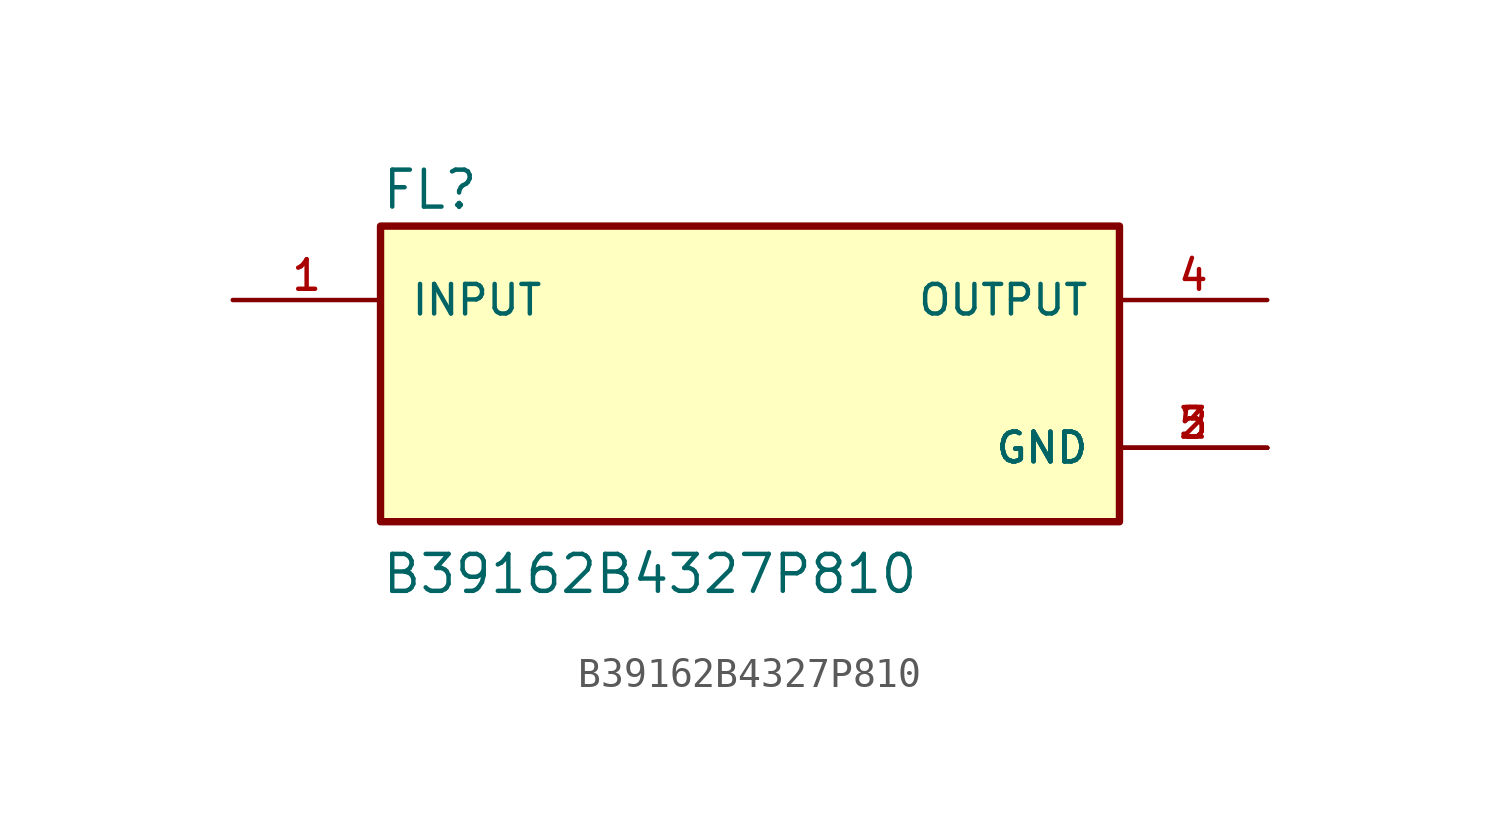
<source format=kicad_sym>
(kicad_symbol_lib
  (version 20211014)
  (generator kicad_symbol_editor)
  (symbol "B39162B4327P810"
    (pin_names
      (offset 1.016))
    (property "Reference" "FL"
      (at -12.7 5.588 0)
      (effects (font (size 1.27 1.27)) (justify bottom left)))
    (property "Value" "B39162B4327P810"
      (at -12.7 -7.62 0)
      (effects (font (size 1.27 1.27)) (justify bottom left)))
    (symbol "B39162B4327P810_0_0"
      (rectangle (start -12.7 -5.08) (end 12.7 5.08) (stroke (width 0.254)) (fill (type background)))
      (pin power_in line (at 17.78 -2.54 180.0) (length 5.08) (name "GND" (effects (font (size 1.016 1.016)))) (number "2" (effects (font (size 1.016 1.016)))))
      (pin power_in line (at 17.78 -2.54 180.0) (length 5.08) (name "GND" (effects (font (size 1.016 1.016)))) (number "3" (effects (font (size 1.016 1.016)))))
      (pin power_in line (at 17.78 -2.54 180.0) (length 5.08) (name "GND" (effects (font (size 1.016 1.016)))) (number "5" (effects (font (size 1.016 1.016)))))
      (pin output line (at 17.78 2.54 180.0) (length 5.08) (name "OUTPUT" (effects (font (size 1.016 1.016)))) (number "4" (effects (font (size 1.016 1.016)))))
      (pin input line (at -17.78 2.54 0) (length 5.08) (name "INPUT" (effects (font (size 1.016 1.016)))) (number "1" (effects (font (size 1.016 1.016))))))))
</source>
